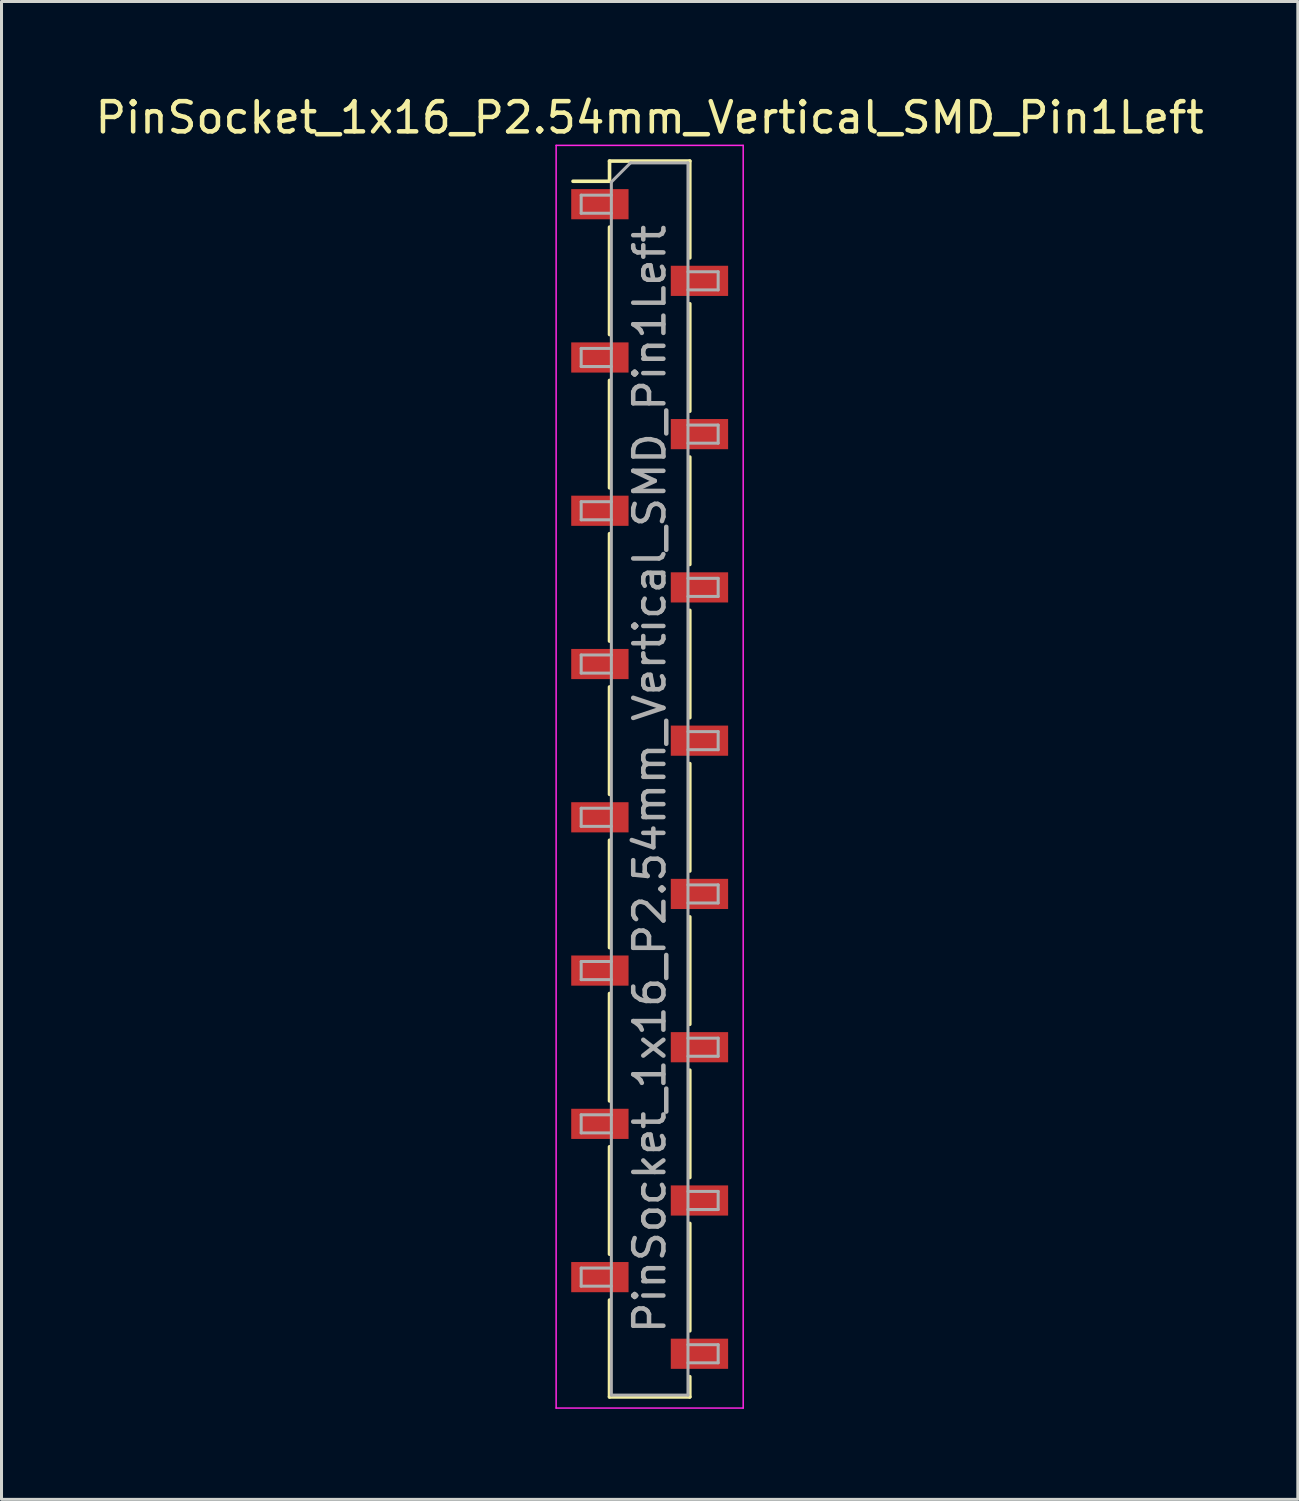
<source format=kicad_pcb>
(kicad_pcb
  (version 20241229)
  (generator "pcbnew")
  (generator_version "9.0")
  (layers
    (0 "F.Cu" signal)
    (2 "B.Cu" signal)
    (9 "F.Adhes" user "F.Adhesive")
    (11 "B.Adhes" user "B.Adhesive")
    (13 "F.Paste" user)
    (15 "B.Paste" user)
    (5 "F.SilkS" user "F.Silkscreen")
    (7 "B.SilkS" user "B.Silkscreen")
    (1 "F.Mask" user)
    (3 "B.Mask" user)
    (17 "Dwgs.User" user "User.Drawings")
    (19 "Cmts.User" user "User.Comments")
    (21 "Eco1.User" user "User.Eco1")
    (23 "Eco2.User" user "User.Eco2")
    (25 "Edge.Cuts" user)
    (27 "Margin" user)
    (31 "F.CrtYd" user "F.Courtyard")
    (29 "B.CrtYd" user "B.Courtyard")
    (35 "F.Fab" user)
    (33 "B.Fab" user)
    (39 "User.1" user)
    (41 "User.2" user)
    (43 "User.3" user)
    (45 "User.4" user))
  (footprint "PinSocket_1x16_P2.54mm_Vertical_SMD_Pin1Left"
    (layer "F.Cu")
    (at 18.482 22.768)
    (property "Reference" "PinSocket_1x16_P2.54mm_Vertical_SMD_Pin1Left" (at 0 -21.92 0) (layer "F.SilkS") (effects (font (size 1 1) (thickness 0.15))))
    (attr smd)
    (fp_line (start -2.54 -19.81) (end -1.33 -19.81) (stroke (width 0.12) (type solid)) (layer "F.SilkS"))
    (fp_line (start -1.33 -20.48) (end -1.33 -19.81) (stroke (width 0.12) (type solid)) (layer "F.SilkS"))
    (fp_line (start -1.33 -20.48) (end 1.33 -20.48) (stroke (width 0.12) (type solid)) (layer "F.SilkS"))
    (fp_line (start -1.33 -18.29) (end -1.33 -14.73) (stroke (width 0.12) (type solid)) (layer "F.SilkS"))
    (fp_line (start -1.33 -13.21) (end -1.33 -9.65) (stroke (width 0.12) (type solid)) (layer "F.SilkS"))
    (fp_line (start -1.33 -8.13) (end -1.33 -4.57) (stroke (width 0.12) (type solid)) (layer "F.SilkS"))
    (fp_line (start -1.33 -3.05) (end -1.33 0.51) (stroke (width 0.12) (type solid)) (layer "F.SilkS"))
    (fp_line (start -1.33 2.03) (end -1.33 5.59) (stroke (width 0.12) (type solid)) (layer "F.SilkS"))
    (fp_line (start -1.33 7.11) (end -1.33 10.67) (stroke (width 0.12) (type solid)) (layer "F.SilkS"))
    (fp_line (start -1.33 12.19) (end -1.33 15.75) (stroke (width 0.12) (type solid)) (layer "F.SilkS"))
    (fp_line (start -1.33 17.27) (end -1.33 20.48) (stroke (width 0.12) (type solid)) (layer "F.SilkS"))
    (fp_line (start -1.33 20.48) (end 1.33 20.48) (stroke (width 0.12) (type solid)) (layer "F.SilkS"))
    (fp_line (start 1.33 -20.48) (end 1.33 -17.27) (stroke (width 0.12) (type solid)) (layer "F.SilkS"))
    (fp_line (start 1.33 -15.75) (end 1.33 -12.19) (stroke (width 0.12) (type solid)) (layer "F.SilkS"))
    (fp_line (start 1.33 -10.67) (end 1.33 -7.11) (stroke (width 0.12) (type solid)) (layer "F.SilkS"))
    (fp_line (start 1.33 -5.59) (end 1.33 -2.03) (stroke (width 0.12) (type solid)) (layer "F.SilkS"))
    (fp_line (start 1.33 -0.51) (end 1.33 3.05) (stroke (width 0.12) (type solid)) (layer "F.SilkS"))
    (fp_line (start 1.33 4.57) (end 1.33 8.13) (stroke (width 0.12) (type solid)) (layer "F.SilkS"))
    (fp_line (start 1.33 9.65) (end 1.33 13.21) (stroke (width 0.12) (type solid)) (layer "F.SilkS"))
    (fp_line (start 1.33 14.73) (end 1.33 18.29) (stroke (width 0.12) (type solid)) (layer "F.SilkS"))
    (fp_line (start 1.33 19.81) (end 1.33 20.48) (stroke (width 0.12) (type solid)) (layer "F.SilkS"))
    (fp_line (start -3.1 -21) (end 3.1 -21) (stroke (width 0.05) (type solid)) (layer "F.CrtYd"))
    (fp_line (start -3.1 20.85) (end -3.1 -21) (stroke (width 0.05) (type solid)) (layer "F.CrtYd"))
    (fp_line (start 3.1 -21) (end 3.1 20.85) (stroke (width 0.05) (type solid)) (layer "F.CrtYd"))
    (fp_line (start 3.1 20.85) (end -3.1 20.85) (stroke (width 0.05) (type solid)) (layer "F.CrtYd"))
    (fp_line (start -2.27 -19.35) (end -1.27 -19.35) (stroke (width 0.1) (type solid)) (layer "F.Fab"))
    (fp_line (start -2.27 -18.75) (end -2.27 -19.35) (stroke (width 0.1) (type solid)) (layer "F.Fab"))
    (fp_line (start -2.27 -14.27) (end -1.27 -14.27) (stroke (width 0.1) (type solid)) (layer "F.Fab"))
    (fp_line (start -2.27 -13.67) (end -2.27 -14.27) (stroke (width 0.1) (type solid)) (layer "F.Fab"))
    (fp_line (start -2.27 -9.19) (end -1.27 -9.19) (stroke (width 0.1) (type solid)) (layer "F.Fab"))
    (fp_line (start -2.27 -8.59) (end -2.27 -9.19) (stroke (width 0.1) (type solid)) (layer "F.Fab"))
    (fp_line (start -2.27 -4.11) (end -1.27 -4.11) (stroke (width 0.1) (type solid)) (layer "F.Fab"))
    (fp_line (start -2.27 -3.51) (end -2.27 -4.11) (stroke (width 0.1) (type solid)) (layer "F.Fab"))
    (fp_line (start -2.27 0.97) (end -1.27 0.97) (stroke (width 0.1) (type solid)) (layer "F.Fab"))
    (fp_line (start -2.27 1.57) (end -2.27 0.97) (stroke (width 0.1) (type solid)) (layer "F.Fab"))
    (fp_line (start -2.27 6.05) (end -1.27 6.05) (stroke (width 0.1) (type solid)) (layer "F.Fab"))
    (fp_line (start -2.27 6.65) (end -2.27 6.05) (stroke (width 0.1) (type solid)) (layer "F.Fab"))
    (fp_line (start -2.27 11.13) (end -1.27 11.13) (stroke (width 0.1) (type solid)) (layer "F.Fab"))
    (fp_line (start -2.27 11.73) (end -2.27 11.13) (stroke (width 0.1) (type solid)) (layer "F.Fab"))
    (fp_line (start -2.27 16.21) (end -1.27 16.21) (stroke (width 0.1) (type solid)) (layer "F.Fab"))
    (fp_line (start -2.27 16.81) (end -2.27 16.21) (stroke (width 0.1) (type solid)) (layer "F.Fab"))
    (fp_line (start -1.27 -19.785) (end -0.635 -20.42) (stroke (width 0.1) (type solid)) (layer "F.Fab"))
    (fp_line (start -1.27 -18.75) (end -2.27 -18.75) (stroke (width 0.1) (type solid)) (layer "F.Fab"))
    (fp_line (start -1.27 -13.67) (end -2.27 -13.67) (stroke (width 0.1) (type solid)) (layer "F.Fab"))
    (fp_line (start -1.27 -8.59) (end -2.27 -8.59) (stroke (width 0.1) (type solid)) (layer "F.Fab"))
    (fp_line (start -1.27 -3.51) (end -2.27 -3.51) (stroke (width 0.1) (type solid)) (layer "F.Fab"))
    (fp_line (start -1.27 1.57) (end -2.27 1.57) (stroke (width 0.1) (type solid)) (layer "F.Fab"))
    (fp_line (start -1.27 6.65) (end -2.27 6.65) (stroke (width 0.1) (type solid)) (layer "F.Fab"))
    (fp_line (start -1.27 11.73) (end -2.27 11.73) (stroke (width 0.1) (type solid)) (layer "F.Fab"))
    (fp_line (start -1.27 16.81) (end -2.27 16.81) (stroke (width 0.1) (type solid)) (layer "F.Fab"))
    (fp_line (start -1.27 20.42) (end -1.27 -19.785) (stroke (width 0.1) (type solid)) (layer "F.Fab"))
    (fp_line (start -0.635 -20.42) (end 1.27 -20.42) (stroke (width 0.1) (type solid)) (layer "F.Fab"))
    (fp_line (start 1.27 -20.42) (end 1.27 20.42) (stroke (width 0.1) (type solid)) (layer "F.Fab"))
    (fp_line (start 1.27 -16.81) (end 2.27 -16.81) (stroke (width 0.1) (type solid)) (layer "F.Fab"))
    (fp_line (start 1.27 -11.73) (end 2.27 -11.73) (stroke (width 0.1) (type solid)) (layer "F.Fab"))
    (fp_line (start 1.27 -6.65) (end 2.27 -6.65) (stroke (width 0.1) (type solid)) (layer "F.Fab"))
    (fp_line (start 1.27 -1.57) (end 2.27 -1.57) (stroke (width 0.1) (type solid)) (layer "F.Fab"))
    (fp_line (start 1.27 3.51) (end 2.27 3.51) (stroke (width 0.1) (type solid)) (layer "F.Fab"))
    (fp_line (start 1.27 8.59) (end 2.27 8.59) (stroke (width 0.1) (type solid)) (layer "F.Fab"))
    (fp_line (start 1.27 13.67) (end 2.27 13.67) (stroke (width 0.1) (type solid)) (layer "F.Fab"))
    (fp_line (start 1.27 18.75) (end 2.27 18.75) (stroke (width 0.1) (type solid)) (layer "F.Fab"))
    (fp_line (start 1.27 20.42) (end -1.27 20.42) (stroke (width 0.1) (type solid)) (layer "F.Fab"))
    (fp_line (start 2.27 -16.81) (end 2.27 -16.21) (stroke (width 0.1) (type solid)) (layer "F.Fab"))
    (fp_line (start 2.27 -16.21) (end 1.27 -16.21) (stroke (width 0.1) (type solid)) (layer "F.Fab"))
    (fp_line (start 2.27 -11.73) (end 2.27 -11.13) (stroke (width 0.1) (type solid)) (layer "F.Fab"))
    (fp_line (start 2.27 -11.13) (end 1.27 -11.13) (stroke (width 0.1) (type solid)) (layer "F.Fab"))
    (fp_line (start 2.27 -6.65) (end 2.27 -6.05) (stroke (width 0.1) (type solid)) (layer "F.Fab"))
    (fp_line (start 2.27 -6.05) (end 1.27 -6.05) (stroke (width 0.1) (type solid)) (layer "F.Fab"))
    (fp_line (start 2.27 -1.57) (end 2.27 -0.97) (stroke (width 0.1) (type solid)) (layer "F.Fab"))
    (fp_line (start 2.27 -0.97) (end 1.27 -0.97) (stroke (width 0.1) (type solid)) (layer "F.Fab"))
    (fp_line (start 2.27 3.51) (end 2.27 4.11) (stroke (width 0.1) (type solid)) (layer "F.Fab"))
    (fp_line (start 2.27 4.11) (end 1.27 4.11) (stroke (width 0.1) (type solid)) (layer "F.Fab"))
    (fp_line (start 2.27 8.59) (end 2.27 9.19) (stroke (width 0.1) (type solid)) (layer "F.Fab"))
    (fp_line (start 2.27 9.19) (end 1.27 9.19) (stroke (width 0.1) (type solid)) (layer "F.Fab"))
    (fp_line (start 2.27 13.67) (end 2.27 14.27) (stroke (width 0.1) (type solid)) (layer "F.Fab"))
    (fp_line (start 2.27 14.27) (end 1.27 14.27) (stroke (width 0.1) (type solid)) (layer "F.Fab"))
    (fp_line (start 2.27 18.75) (end 2.27 19.35) (stroke (width 0.1) (type solid)) (layer "F.Fab"))
    (fp_line (start 2.27 19.35) (end 1.27 19.35) (stroke (width 0.1) (type solid)) (layer "F.Fab"))
    (fp_text user "${REFERENCE}" (at 0 0 90) (layer "F.Fab") (effects (font (size 1 1) (thickness 0.15))))
    (pad "1" smd rect (at -1.65 -19.05) (size 1.9 1) (layers "F.Cu" "F.Mask" "F.Paste"))
    (pad "2" smd rect (at 1.65 -16.51) (size 1.9 1) (layers "F.Cu" "F.Mask" "F.Paste"))
    (pad "3" smd rect (at -1.65 -13.97) (size 1.9 1) (layers "F.Cu" "F.Mask" "F.Paste"))
    (pad "4" smd rect (at 1.65 -11.43) (size 1.9 1) (layers "F.Cu" "F.Mask" "F.Paste"))
    (pad "5" smd rect (at -1.65 -8.89) (size 1.9 1) (layers "F.Cu" "F.Mask" "F.Paste"))
    (pad "6" smd rect (at 1.65 -6.35) (size 1.9 1) (layers "F.Cu" "F.Mask" "F.Paste"))
    (pad "7" smd rect (at -1.65 -3.81) (size 1.9 1) (layers "F.Cu" "F.Mask" "F.Paste"))
    (pad "8" smd rect (at 1.65 -1.27) (size 1.9 1) (layers "F.Cu" "F.Mask" "F.Paste"))
    (pad "9" smd rect (at -1.65 1.27) (size 1.9 1) (layers "F.Cu" "F.Mask" "F.Paste"))
    (pad "10" smd rect (at 1.65 3.81) (size 1.9 1) (layers "F.Cu" "F.Mask" "F.Paste"))
    (pad "11" smd rect (at -1.65 6.35) (size 1.9 1) (layers "F.Cu" "F.Mask" "F.Paste"))
    (pad "12" smd rect (at 1.65 8.89) (size 1.9 1) (layers "F.Cu" "F.Mask" "F.Paste"))
    (pad "13" smd rect (at -1.65 11.43) (size 1.9 1) (layers "F.Cu" "F.Mask" "F.Paste"))
    (pad "14" smd rect (at 1.65 13.97) (size 1.9 1) (layers "F.Cu" "F.Mask" "F.Paste"))
    (pad "15" smd rect (at -1.65 16.51) (size 1.9 1) (layers "F.Cu" "F.Mask" "F.Paste"))
    (pad "16" smd rect (at 1.65 19.05) (size 1.9 1) (layers "F.Cu" "F.Mask" "F.Paste")))
  (gr_rect
    (start -3 -3)
    (end 39.964 46.643)
    (stroke (width 0.1) (type default))
    (fill no)
    (layer "Edge.Cuts")))
</source>
